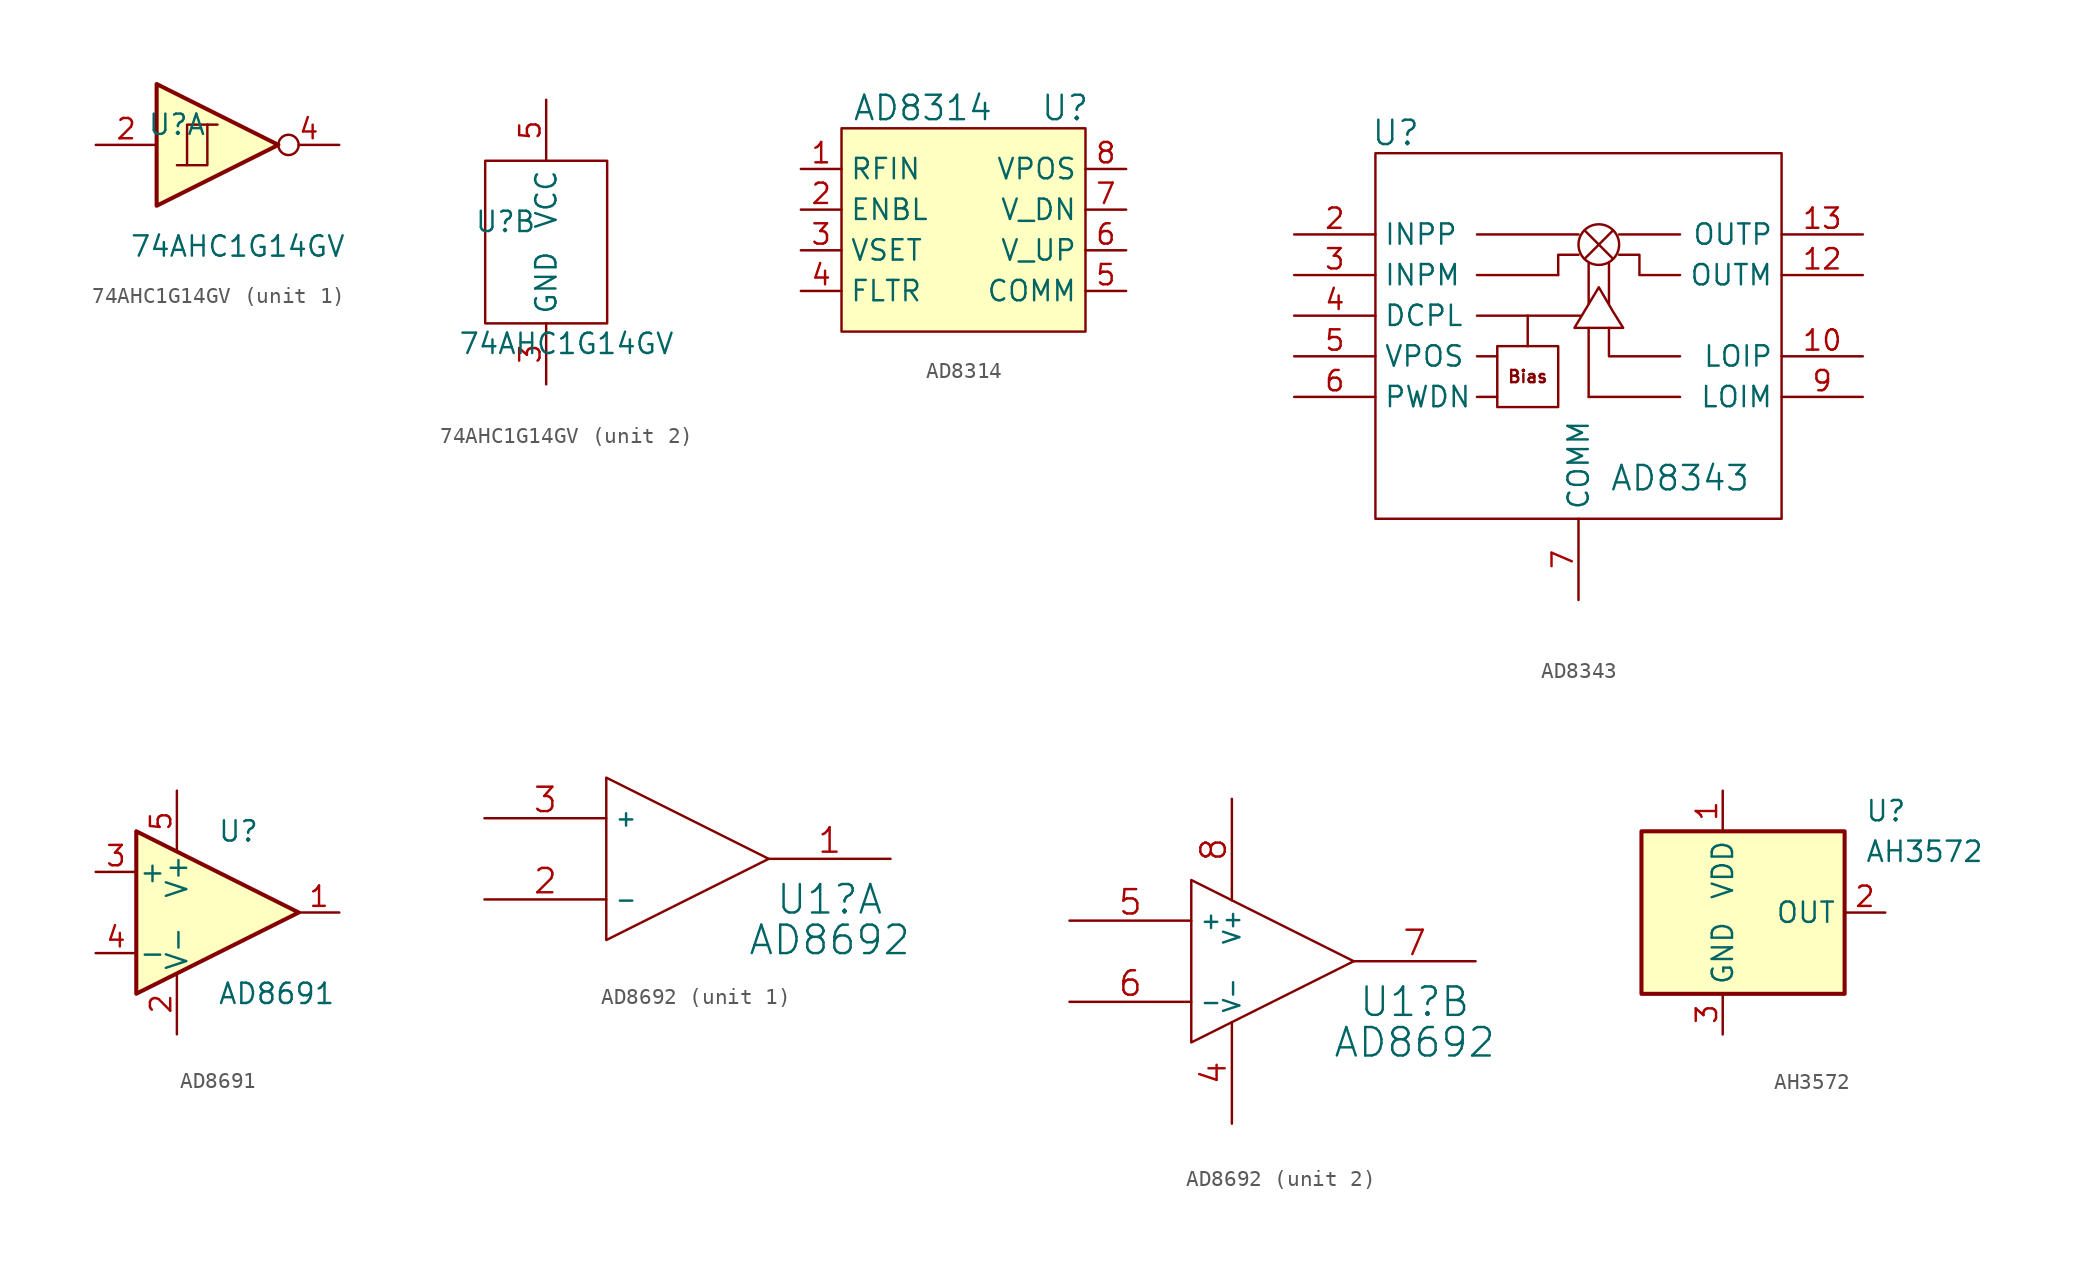
<source format=kicad_sym>
(kicad_symbol_lib
  (version 20220914)
  (generator kicad_symbol_editor)
  (symbol "74AHC1G14GV"
    (property "Reference" "U"
      (at -2.54 1.27 0)
      (effects (font (size 1.27 1.27))))
    (property "Value" "74AHC1G14GV"
      (at 1.27 -6.35 0)
      (effects (font (size 1.27 1.27))))
    (property "ki_locked" ""
      (at 0 0 0)
      (effects (font (size 1.27 1.27))))
    (symbol "74AHC1G14GV_1_0"
      (polyline (pts (xy -3.81 3.81) (xy -3.81 -3.81) (xy 3.81 0) (xy -3.81 3.81)) (stroke (width 0.254) (type default)) (fill (type background)))
      (pin input line (at -7.62 0 0) (length 3.81) (name "~" (effects (font (size 1.27 1.27)))) (number "2" (effects (font (size 1.27 1.27)))))
      (pin output inverted (at 7.62 0 180) (length 3.81) (name "~" (effects (font (size 1.27 1.27)))) (number "4" (effects (font (size 1.27 1.27))))))
    (symbol "74AHC1G14GV_1_1"
      (polyline (pts (xy -1.905 -1.27) (xy -1.905 1.27) (xy -0.635 1.27)) (stroke (width 0) (type default)) (fill (type none)))
      (polyline (pts (xy -2.54 -1.27) (xy -0.635 -1.27) (xy -0.635 1.27) (xy 0 1.27)) (stroke (width 0) (type default)) (fill (type none))))
    (symbol "74AHC1G14GV_2_0"
      (pin input line (at 0 -8.89 90) (length 3.81) (name "GND" (effects (font (size 1.27 1.27)))) (number "3" (effects (font (size 1.27 1.27)))))
      (pin input line (at 0 8.89 270) (length 3.81) (name "VCC" (effects (font (size 1.27 1.27)))) (number "5" (effects (font (size 1.27 1.27))))))
    (symbol "74AHC1G14GV_2_1"
      (rectangle (start -3.81 5.08) (end 3.81 -5.08) (stroke (width 0) (type default)) (fill (type none)))))
  (symbol "AD8314"
    (property "Reference" "U"
      (at 8.89 5.08 0)
      (effects (font (size 1.524 1.524))))
    (property "Value" "AD8314"
      (at 0 5.08 0)
      (effects (font (size 1.524 1.524))))
    (symbol "AD8314_0_1"
      (rectangle (start -5.08 3.81) (end 10.16 -8.89) (stroke (width 0) (type default)) (fill (type background))))
    (symbol "AD8314_1_1"
      (pin input line (at -7.62 1.27 0) (length 2.54) (name "RFIN" (effects (font (size 1.27 1.27)))) (number "1" (effects (font (size 1.27 1.27)))))
      (pin input line (at -7.62 -1.27 0) (length 2.54) (name "ENBL" (effects (font (size 1.27 1.27)))) (number "2" (effects (font (size 1.27 1.27)))))
      (pin input line (at -7.62 -3.81 0) (length 2.54) (name "VSET" (effects (font (size 1.27 1.27)))) (number "3" (effects (font (size 1.27 1.27)))))
      (pin passive line (at -7.62 -6.35 0) (length 2.54) (name "FLTR" (effects (font (size 1.27 1.27)))) (number "4" (effects (font (size 1.27 1.27)))))
      (pin passive line (at 12.7 -6.35 180) (length 2.54) (name "COMM" (effects (font (size 1.27 1.27)))) (number "5" (effects (font (size 1.27 1.27)))))
      (pin output line (at 12.7 -3.81 180) (length 2.54) (name "V_UP" (effects (font (size 1.27 1.27)))) (number "6" (effects (font (size 1.27 1.27)))))
      (pin output line (at 12.7 -1.27 180) (length 2.54) (name "V_DN" (effects (font (size 1.27 1.27)))) (number "7" (effects (font (size 1.27 1.27)))))
      (pin power_in line (at 12.7 1.27 180) (length 2.54) (name "VPOS" (effects (font (size 1.27 1.27)))) (number "8" (effects (font (size 1.27 1.27)))))))
  (symbol "AD8343"
    (property "Reference" "U"
      (at -11.43 11.43 0)
      (effects (font (size 1.524 1.524))))
    (property "Value" "AD8343"
      (at 6.35 -10.16 0)
      (effects (font (size 1.524 1.524))))
    (symbol "AD8343_0_0"
      (text "Bias" (at -3.175 -3.81 0) (effects (font (size 0.762 0.762)))))
    (symbol "AD8343_0_1"
      (rectangle (start -12.7 10.16) (end 12.7 -12.7) (stroke (width 0) (type default)) (fill (type none)))
      (rectangle (start -5.08 -1.905) (end -1.27 -5.715) (stroke (width 0) (type default)) (fill (type none)))
      (polyline (pts (xy -6.35 -5.08) (xy -5.08 -5.08)) (stroke (width 0) (type default)) (fill (type none)))
      (polyline (pts (xy -6.35 -2.54) (xy -5.08 -2.54)) (stroke (width 0) (type default)) (fill (type none)))
      (polyline (pts (xy -6.35 0) (xy 0.127 0)) (stroke (width 0) (type default)) (fill (type none)))
      (polyline (pts (xy -6.35 2.54) (xy -1.27 2.54)) (stroke (width 0) (type default)) (fill (type none)))
      (polyline (pts (xy -6.35 5.08) (xy 0 5.08)) (stroke (width 0) (type default)) (fill (type none)))
      (polyline (pts (xy -3.175 -1.905) (xy -3.175 0)) (stroke (width 0) (type default)) (fill (type none)))
      (polyline (pts (xy 0.381 5.334) (xy 2.159 3.556)) (stroke (width 0) (type default)) (fill (type none)))
      (polyline (pts (xy 0.635 -5.08) (xy 0.635 -0.762)) (stroke (width 0) (type default)) (fill (type none)))
      (polyline (pts (xy 0.635 0.762) (xy 0.635 3.302)) (stroke (width 0) (type default)) (fill (type none)))
      (polyline (pts (xy 1.905 0.762) (xy 1.905 3.302)) (stroke (width 0) (type default)) (fill (type none)))
      (polyline (pts (xy 2.159 5.334) (xy 0.381 3.556)) (stroke (width 0) (type default)) (fill (type none)))
      (polyline (pts (xy 6.35 -5.08) (xy 0.635 -5.08)) (stroke (width 0) (type default)) (fill (type none)))
      (polyline (pts (xy 6.35 5.08) (xy 2.54 5.08)) (stroke (width 0) (type default)) (fill (type none)))
      (polyline (pts (xy -1.27 2.54) (xy -1.27 3.81) (xy 0 3.81)) (stroke (width 0) (type default)) (fill (type none)))
      (polyline (pts (xy 6.35 -2.54) (xy 1.905 -2.54) (xy 1.905 -0.762)) (stroke (width 0) (type default)) (fill (type none)))
      (polyline (pts (xy 6.35 2.54) (xy 3.81 2.54) (xy 3.81 3.81) (xy 2.54 3.81)) (stroke (width 0) (type default)) (fill (type none)))
      (polyline (pts (xy 1.27 1.778) (xy -0.254 -0.762) (xy 2.794 -0.762) (xy 2.159 0.254) (xy 1.27 1.778)) (stroke (width 0) (type default)) (fill (type none)))
      (circle (center 1.27 4.445) (radius 1.27) (stroke (width 0) (type default)) (fill (type none))))
    (symbol "AD8343_1_1"
      (pin input line (at 0 -17.78 90) (length 5.08) hide (name "COMM" (effects (font (size 1.27 1.27)))) (number "1" (effects (font (size 1.27 1.27)))))
      (pin input line (at 17.78 -2.54 180) (length 5.08) (name "LOIP" (effects (font (size 1.27 1.27)))) (number "10" (effects (font (size 1.27 1.27)))))
      (pin input line (at 0 -17.78 90) (length 5.08) hide (name "COMM" (effects (font (size 1.27 1.27)))) (number "11" (effects (font (size 1.27 1.27)))))
      (pin input line (at 17.78 2.54 180) (length 5.08) (name "OUTM" (effects (font (size 1.27 1.27)))) (number "12" (effects (font (size 1.27 1.27)))))
      (pin input line (at 17.78 5.08 180) (length 5.08) (name "OUTP" (effects (font (size 1.27 1.27)))) (number "13" (effects (font (size 1.27 1.27)))))
      (pin input line (at 0 -17.78 90) (length 5.08) hide (name "COMM" (effects (font (size 1.27 1.27)))) (number "14" (effects (font (size 1.27 1.27)))))
      (pin input line (at -17.78 5.08 0) (length 5.08) (name "INPP" (effects (font (size 1.27 1.27)))) (number "2" (effects (font (size 1.27 1.27)))))
      (pin input line (at -17.78 2.54 0) (length 5.08) (name "INPM" (effects (font (size 1.27 1.27)))) (number "3" (effects (font (size 1.27 1.27)))))
      (pin input line (at -17.78 0 0) (length 5.08) (name "DCPL" (effects (font (size 1.27 1.27)))) (number "4" (effects (font (size 1.27 1.27)))))
      (pin input line (at -17.78 -2.54 0) (length 5.08) (name "VPOS" (effects (font (size 1.27 1.27)))) (number "5" (effects (font (size 1.27 1.27)))))
      (pin input line (at -17.78 -5.08 0) (length 5.08) (name "PWDN" (effects (font (size 1.27 1.27)))) (number "6" (effects (font (size 1.27 1.27)))))
      (pin input line (at 0 -17.78 90) (length 5.08) (name "COMM" (effects (font (size 1.27 1.27)))) (number "7" (effects (font (size 1.27 1.27)))))
      (pin input line (at 0 -17.78 90) (length 5.08) hide (name "COMM" (effects (font (size 1.27 1.27)))) (number "8" (effects (font (size 1.27 1.27)))))
      (pin input line (at 17.78 -5.08 180) (length 5.08) (name "LOIM" (effects (font (size 1.27 1.27)))) (number "9" (effects (font (size 1.27 1.27)))))))
  (symbol "AD8691"
    (pin_names
      (offset 0.127))
    (property "Reference" "U"
      (at 0 5.08 0)
      (effects (font (size 1.27 1.27)) (justify left)))
    (property "Value" "AD8691"
      (at 0 -5.08 0)
      (effects (font (size 1.27 1.27)) (justify left)))
    (symbol "AD8691_0_1"
      (polyline (pts (xy -5.08 5.08) (xy 5.08 0) (xy -5.08 -5.08) (xy -5.08 5.08)) (stroke (width 0.254) (type default)) (fill (type background)))
      (pin power_in line (at -2.54 -7.62 90) (length 3.81) (name "V-" (effects (font (size 1.27 1.27)))) (number "2" (effects (font (size 1.27 1.27)))))
      (pin power_in line (at -2.54 7.62 270) (length 3.81) (name "V+" (effects (font (size 1.27 1.27)))) (number "5" (effects (font (size 1.27 1.27))))))
    (symbol "AD8691_1_1"
      (pin output line (at 7.62 0 180) (length 2.54) (name "~" (effects (font (size 1.27 1.27)))) (number "1" (effects (font (size 1.27 1.27)))))
      (pin input line (at -7.62 2.54 0) (length 2.54) (name "+" (effects (font (size 1.27 1.27)))) (number "3" (effects (font (size 1.27 1.27)))))
      (pin input line (at -7.62 -2.54 0) (length 2.54) (name "-" (effects (font (size 1.27 1.27)))) (number "4" (effects (font (size 1.27 1.27)))))))
  (symbol "AD8692"
    (property "Reference" "U1"
      (at 8.89 -2.54 0)
      (effects (font (size 1.778 1.778))))
    (property "Value" "AD8692"
      (at 8.89 -5.08 0)
      (effects (font (size 1.778 1.778))))
    (symbol "AD8692_0_1"
      (polyline (pts (xy -5.08 5.08) (xy 5.08 0) (xy -5.08 -5.08) (xy -5.08 5.08)) (stroke (width 0) (type default)) (fill (type none))))
    (symbol "AD8692_1_1"
      (pin output line (at 12.7 0 180) (length 7.62) (name "~" (effects (font (size 1.016 1.016)))) (number "1" (effects (font (size 1.524 1.524)))))
      (pin input line (at -12.7 -2.54 0) (length 7.62) (name "-" (effects (font (size 1.016 1.016)))) (number "2" (effects (font (size 1.524 1.524)))))
      (pin input line (at -12.7 2.54 0) (length 7.62) (name "+" (effects (font (size 1.016 1.016)))) (number "3" (effects (font (size 1.524 1.524))))))
    (symbol "AD8692_2_1"
      (pin power_in line (at -2.54 -10.16 90) (length 6.35) (name "V-" (effects (font (size 1.016 1.016)))) (number "4" (effects (font (size 1.524 1.524)))))
      (pin input line (at -12.7 2.54 0) (length 7.62) (name "+" (effects (font (size 1.016 1.016)))) (number "5" (effects (font (size 1.524 1.524)))))
      (pin input line (at -12.7 -2.54 0) (length 7.62) (name "-" (effects (font (size 1.016 1.016)))) (number "6" (effects (font (size 1.524 1.524)))))
      (pin output line (at 12.7 0 180) (length 7.62) (name "~" (effects (font (size 1.016 1.016)))) (number "7" (effects (font (size 1.524 1.524)))))
      (pin power_in line (at -2.54 10.16 270) (length 6.35) (name "V+" (effects (font (size 1.016 1.016)))) (number "8" (effects (font (size 1.524 1.524)))))))
  (symbol "AH3572"
    (property "Reference" "U"
      (at 8.89 6.35 0)
      (effects (font (size 1.27 1.27)) (justify left)))
    (property "Value" "AH3572"
      (at 8.89 3.81 0)
      (effects (font (size 1.27 1.27)) (justify left)))
    (symbol "AH3572_0_1"
      (rectangle (start -5.08 5.08) (end 7.62 -5.08) (stroke (width 0.254) (type default)) (fill (type background))))
    (symbol "AH3572_1_1"
      (pin power_in line (at 0 7.62 270) (length 2.54) (name "VDD" (effects (font (size 1.27 1.27)))) (number "1" (effects (font (size 1.27 1.27)))))
      (pin output line (at 10.16 0 180) (length 2.54) (name "OUT" (effects (font (size 1.27 1.27)))) (number "2" (effects (font (size 1.27 1.27)))))
      (pin power_in line (at 0 -7.62 90) (length 2.54) (name "GND" (effects (font (size 1.27 1.27)))) (number "3" (effects (font (size 1.27 1.27))))))))
</source>
